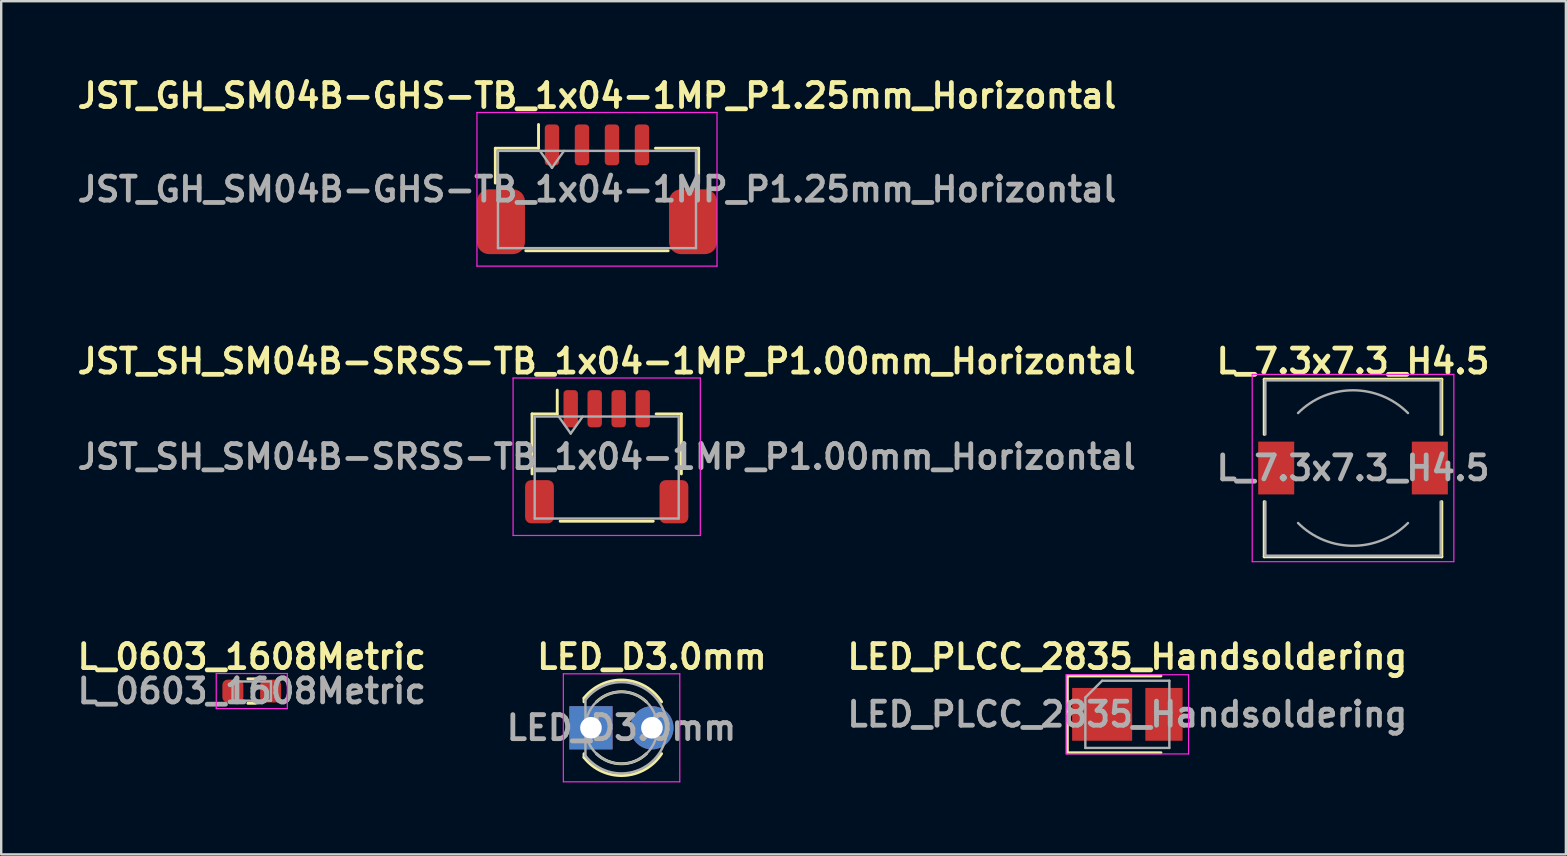
<source format=kicad_pcb>
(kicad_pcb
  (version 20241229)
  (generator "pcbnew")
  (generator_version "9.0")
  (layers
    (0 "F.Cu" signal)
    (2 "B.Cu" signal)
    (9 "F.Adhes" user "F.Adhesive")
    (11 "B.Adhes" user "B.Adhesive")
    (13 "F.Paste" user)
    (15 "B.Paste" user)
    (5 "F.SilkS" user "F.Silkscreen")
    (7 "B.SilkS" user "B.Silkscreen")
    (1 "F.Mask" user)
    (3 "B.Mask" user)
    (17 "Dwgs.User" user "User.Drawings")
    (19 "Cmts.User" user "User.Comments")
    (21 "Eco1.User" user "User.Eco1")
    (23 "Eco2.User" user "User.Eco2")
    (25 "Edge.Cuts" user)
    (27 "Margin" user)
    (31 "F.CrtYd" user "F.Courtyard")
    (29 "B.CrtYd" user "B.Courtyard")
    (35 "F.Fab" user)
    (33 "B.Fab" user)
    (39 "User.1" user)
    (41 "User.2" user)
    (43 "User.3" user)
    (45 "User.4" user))
  (footprint "L_0603_1608Metric"
    (layer "F.Cu")
    (at 7.438 25.738)
    (property "Reference" "L_0603_1608Metric" (at 0 -1.43 0) (layer "F.SilkS") (effects (font (size 1 1) (thickness 0.2))))
    (attr smd)
    (fp_line (start -0.163 -0.51) (end 0.163 -0.51) (stroke (width 0.12) (type solid)) (layer "F.SilkS"))
    (fp_line (start -0.163 0.51) (end 0.163 0.51) (stroke (width 0.12) (type solid)) (layer "F.SilkS"))
    (fp_line (start -1.48 -0.73) (end 1.48 -0.73) (stroke (width 0.05) (type solid)) (layer "F.CrtYd"))
    (fp_line (start -1.48 0.73) (end -1.48 -0.73) (stroke (width 0.05) (type solid)) (layer "F.CrtYd"))
    (fp_line (start 1.48 -0.73) (end 1.48 0.73) (stroke (width 0.05) (type solid)) (layer "F.CrtYd"))
    (fp_line (start 1.48 0.73) (end -1.48 0.73) (stroke (width 0.05) (type solid)) (layer "F.CrtYd"))
    (fp_line (start -0.8 -0.4) (end 0.8 -0.4) (stroke (width 0.1) (type solid)) (layer "F.Fab"))
    (fp_line (start -0.8 0.4) (end -0.8 -0.4) (stroke (width 0.1) (type solid)) (layer "F.Fab"))
    (fp_line (start 0.8 -0.4) (end 0.8 0.4) (stroke (width 0.1) (type solid)) (layer "F.Fab"))
    (fp_line (start 0.8 0.4) (end -0.8 0.4) (stroke (width 0.1) (type solid)) (layer "F.Fab"))
    (fp_text user "${REFERENCE}" (at 0 0 0) (layer "F.Fab") (effects (font (size 1 1) (thickness 0.2))))
    (pad "1" smd roundrect (at -0.787 0) (size 0.875 0.95) (layers "F.Cu" "F.Mask" "F.Paste") (roundrect_rratio 0.25))
    (pad "2" smd roundrect (at 0.787 0) (size 0.875 0.95) (layers "F.Cu" "F.Mask" "F.Paste") (roundrect_rratio 0.25)))
  (footprint "JST_GH_SM04B-GHS-TB_1x04-1MP_P1.25mm_Horizontal"
    (layer "F.Cu")
    (at 21.819 4.836)
    (property "Reference" "JST_GH_SM04B-GHS-TB_1x04-1MP_P1.25mm_Horizontal" (at 0 -3.9 0) (layer "F.SilkS") (effects (font (size 1 1) (thickness 0.2))))
    (attr smd)
    (fp_line (start -4.235 -1.71) (end -2.435 -1.71) (stroke (width 0.12) (type solid)) (layer "F.SilkS"))
    (fp_line (start -4.235 -0.26) (end -4.235 -1.71) (stroke (width 0.12) (type solid)) (layer "F.SilkS"))
    (fp_line (start -2.965 2.56) (end 2.965 2.56) (stroke (width 0.12) (type solid)) (layer "F.SilkS"))
    (fp_line (start -2.435 -1.71) (end -2.435 -2.7) (stroke (width 0.12) (type solid)) (layer "F.SilkS"))
    (fp_line (start 4.235 -1.71) (end 2.435 -1.71) (stroke (width 0.12) (type solid)) (layer "F.SilkS"))
    (fp_line (start 4.235 -0.26) (end 4.235 -1.71) (stroke (width 0.12) (type solid)) (layer "F.SilkS"))
    (fp_line (start -5 -3.2) (end -5 3.2) (stroke (width 0.05) (type solid)) (layer "F.CrtYd"))
    (fp_line (start -5 3.2) (end 5 3.2) (stroke (width 0.05) (type solid)) (layer "F.CrtYd"))
    (fp_line (start 5 -3.2) (end -5 -3.2) (stroke (width 0.05) (type solid)) (layer "F.CrtYd"))
    (fp_line (start 5 3.2) (end 5 -3.2) (stroke (width 0.05) (type solid)) (layer "F.CrtYd"))
    (fp_line (start -4.125 -1.6) (end -4.125 2.45) (stroke (width 0.1) (type solid)) (layer "F.Fab"))
    (fp_line (start -4.125 -1.6) (end 4.125 -1.6) (stroke (width 0.1) (type solid)) (layer "F.Fab"))
    (fp_line (start -4.125 2.45) (end 4.125 2.45) (stroke (width 0.1) (type solid)) (layer "F.Fab"))
    (fp_line (start -2.375 -1.6) (end -1.875 -0.893) (stroke (width 0.1) (type solid)) (layer "F.Fab"))
    (fp_line (start -1.875 -0.893) (end -1.375 -1.6) (stroke (width 0.1) (type solid)) (layer "F.Fab"))
    (fp_line (start 4.125 -1.6) (end 4.125 2.45) (stroke (width 0.1) (type solid)) (layer "F.Fab"))
    (fp_text user "${REFERENCE}" (at 0 0 0) (layer "F.Fab") (effects (font (size 1 1) (thickness 0.2))))
    (pad "0" smd roundrect (at -4 1.35) (size 2 2.7) (layers "F.Cu" "F.Mask" "F.Paste") (roundrect_rratio 0.25))
    (pad "0" smd roundrect (at 4 1.35) (size 2 2.7) (layers "F.Cu" "F.Mask" "F.Paste") (roundrect_rratio 0.25))
    (pad "1" smd roundrect (at -1.875 -1.85) (size 0.6 1.7) (layers "F.Cu" "F.Mask" "F.Paste") (roundrect_rratio 0.25))
    (pad "2" smd roundrect (at -0.625 -1.85) (size 0.6 1.7) (layers "F.Cu" "F.Mask" "F.Paste") (roundrect_rratio 0.25))
    (pad "3" smd roundrect (at 0.625 -1.85) (size 0.6 1.7) (layers "F.Cu" "F.Mask" "F.Paste") (roundrect_rratio 0.25))
    (pad "4" smd roundrect (at 1.875 -1.85) (size 0.6 1.7) (layers "F.Cu" "F.Mask" "F.Paste") (roundrect_rratio 0.25)))
  (footprint "L_7.3x7.3_H4.5"
    (layer "F.Cu")
    (at 53.314 16.447)
    (property "Reference" "L_7.3x7.3_H4.5" (at 0 -4.45 0) (layer "F.SilkS") (effects (font (size 1 1) (thickness 0.2))))
    (attr smd)
    (fp_line (start -3.7 -3.7) (end 3.7 -3.7) (stroke (width 0.12) (type solid)) (layer "F.SilkS"))
    (fp_line (start -3.7 -1.4) (end -3.7 -3.7) (stroke (width 0.12) (type solid)) (layer "F.SilkS"))
    (fp_line (start -3.7 3.7) (end -3.7 1.4) (stroke (width 0.12) (type solid)) (layer "F.SilkS"))
    (fp_line (start 3.7 -3.7) (end 3.7 -1.4) (stroke (width 0.12) (type solid)) (layer "F.SilkS"))
    (fp_line (start 3.7 1.4) (end 3.7 3.7) (stroke (width 0.12) (type solid)) (layer "F.SilkS"))
    (fp_line (start 3.7 3.7) (end -3.7 3.7) (stroke (width 0.12) (type solid)) (layer "F.SilkS"))
    (fp_line (start -4.2 -3.9) (end -4.2 3.9) (stroke (width 0.05) (type solid)) (layer "F.CrtYd"))
    (fp_line (start -4.2 3.9) (end 4.2 3.9) (stroke (width 0.05) (type solid)) (layer "F.CrtYd"))
    (fp_line (start 4.2 -3.9) (end -4.2 -3.9) (stroke (width 0.05) (type solid)) (layer "F.CrtYd"))
    (fp_line (start 4.2 3.9) (end 4.2 -3.9) (stroke (width 0.05) (type solid)) (layer "F.CrtYd"))
    (fp_line (start -3.65 -3.65) (end -3.65 -1.4) (stroke (width 0.1) (type solid)) (layer "F.Fab"))
    (fp_line (start -3.65 -3.65) (end 3.65 -3.65) (stroke (width 0.1) (type solid)) (layer "F.Fab"))
    (fp_line (start -3.65 3.65) (end -3.65 1.4) (stroke (width 0.1) (type solid)) (layer "F.Fab"))
    (fp_line (start 3.65 -3.65) (end 3.65 -1.4) (stroke (width 0.1) (type solid)) (layer "F.Fab"))
    (fp_line (start 3.65 3.65) (end -3.65 3.65) (stroke (width 0.1) (type solid)) (layer "F.Fab"))
    (fp_line (start 3.65 3.65) (end 3.65 1.4) (stroke (width 0.1) (type solid)) (layer "F.Fab"))
    (fp_arc (start -2.29 -2.29) (mid 0 -3.238549) (end 2.29 -2.29) (stroke (width 0.1) (type solid)) (layer "F.Fab"))
    (fp_arc (start 2.29 2.29) (mid 0 3.238549) (end -2.29 2.29) (stroke (width 0.1) (type solid)) (layer "F.Fab"))
    (fp_text user "${REFERENCE}" (at 0 0 0) (layer "F.Fab") (effects (font (size 1 1) (thickness 0.2))))
    (pad "1" smd rect (at -3.2 0) (size 1.5 2.2) (layers "F.Cu" "F.Mask" "F.Paste"))
    (pad "2" smd rect (at 3.2 0) (size 1.5 2.2) (layers "F.Cu" "F.Mask" "F.Paste")))
  (footprint "JST_SH_SM04B-SRSS-TB_1x04-1MP_P1.00mm_Horizontal"
    (layer "F.Cu")
    (at 22.224 15.977)
    (property "Reference" "JST_SH_SM04B-SRSS-TB_1x04-1MP_P1.00mm_Horizontal" (at 0 -3.98 0) (layer "F.SilkS") (effects (font (size 1 1) (thickness 0.2))))
    (attr smd)
    (fp_line (start -3.11 -1.785) (end -2.06 -1.785) (stroke (width 0.12) (type solid)) (layer "F.SilkS"))
    (fp_line (start -3.11 0.715) (end -3.11 -1.785) (stroke (width 0.12) (type solid)) (layer "F.SilkS"))
    (fp_line (start -2.06 -1.785) (end -2.06 -2.775) (stroke (width 0.12) (type solid)) (layer "F.SilkS"))
    (fp_line (start -1.94 2.685) (end 1.94 2.685) (stroke (width 0.12) (type solid)) (layer "F.SilkS"))
    (fp_line (start 3.11 -1.785) (end 2.06 -1.785) (stroke (width 0.12) (type solid)) (layer "F.SilkS"))
    (fp_line (start 3.11 0.715) (end 3.11 -1.785) (stroke (width 0.12) (type solid)) (layer "F.SilkS"))
    (fp_line (start -3.9 -3.28) (end -3.9 3.28) (stroke (width 0.05) (type solid)) (layer "F.CrtYd"))
    (fp_line (start -3.9 3.28) (end 3.9 3.28) (stroke (width 0.05) (type solid)) (layer "F.CrtYd"))
    (fp_line (start 3.9 -3.28) (end -3.9 -3.28) (stroke (width 0.05) (type solid)) (layer "F.CrtYd"))
    (fp_line (start 3.9 3.28) (end 3.9 -3.28) (stroke (width 0.05) (type solid)) (layer "F.CrtYd"))
    (fp_line (start -3 -1.675) (end -3 2.575) (stroke (width 0.1) (type solid)) (layer "F.Fab"))
    (fp_line (start -3 -1.675) (end 3 -1.675) (stroke (width 0.1) (type solid)) (layer "F.Fab"))
    (fp_line (start -3 2.575) (end 3 2.575) (stroke (width 0.1) (type solid)) (layer "F.Fab"))
    (fp_line (start -2 -1.675) (end -1.5 -0.968) (stroke (width 0.1) (type solid)) (layer "F.Fab"))
    (fp_line (start -1.5 -0.968) (end -1 -1.675) (stroke (width 0.1) (type solid)) (layer "F.Fab"))
    (fp_line (start 3 -1.675) (end 3 2.575) (stroke (width 0.1) (type solid)) (layer "F.Fab"))
    (fp_text user "${REFERENCE}" (at 0 0 0) (layer "F.Fab") (effects (font (size 1 1) (thickness 0.2))))
    (pad "0" smd roundrect (at -2.8 1.875) (size 1.2 1.8) (layers "F.Cu" "F.Mask" "F.Paste") (roundrect_rratio 0.208))
    (pad "0" smd roundrect (at 2.8 1.875) (size 1.2 1.8) (layers "F.Cu" "F.Mask" "F.Paste") (roundrect_rratio 0.208))
    (pad "1" smd roundrect (at -1.5 -2) (size 0.6 1.55) (layers "F.Cu" "F.Mask" "F.Paste") (roundrect_rratio 0.25))
    (pad "2" smd roundrect (at -0.5 -2) (size 0.6 1.55) (layers "F.Cu" "F.Mask" "F.Paste") (roundrect_rratio 0.25))
    (pad "3" smd roundrect (at 0.5 -2) (size 0.6 1.55) (layers "F.Cu" "F.Mask" "F.Paste") (roundrect_rratio 0.25))
    (pad "4" smd roundrect (at 1.5 -2) (size 0.6 1.55) (layers "F.Cu" "F.Mask" "F.Paste") (roundrect_rratio 0.25)))
  (footprint "LED_PLCC_2835_Handsoldering"
    (layer "F.Cu")
    (at 43.913 26.708)
    (property "Reference" "LED_PLCC_2835_Handsoldering" (at 0 -2.4 0) (layer "F.SilkS") (effects (font (size 1 1) (thickness 0.2))))
    (attr smd)
    (fp_line (start -2.5 -1.6) (end -2.5 1.6) (stroke (width 0.12) (type solid)) (layer "F.SilkS"))
    (fp_line (start 1.4 -1.6) (end -2.5 -1.6) (stroke (width 0.12) (type solid)) (layer "F.SilkS"))
    (fp_line (start 1.4 1.6) (end -2.5 1.6) (stroke (width 0.12) (type solid)) (layer "F.SilkS"))
    (fp_line (start -2.55 -1.65) (end 2.55 -1.65) (stroke (width 0.05) (type solid)) (layer "F.CrtYd"))
    (fp_line (start -2.55 1.65) (end -2.55 -1.65) (stroke (width 0.05) (type solid)) (layer "F.CrtYd"))
    (fp_line (start 2.55 -1.65) (end 2.55 1.65) (stroke (width 0.05) (type solid)) (layer "F.CrtYd"))
    (fp_line (start 2.55 1.65) (end -2.55 1.65) (stroke (width 0.05) (type solid)) (layer "F.CrtYd"))
    (fp_line (start -1.75 1.4) (end -1.75 -0.7) (stroke (width 0.1) (type solid)) (layer "F.Fab"))
    (fp_line (start -1.05 -1.4) (end -1.75 -0.7) (stroke (width 0.1) (type solid)) (layer "F.Fab"))
    (fp_line (start -1.05 -1.4) (end 1.75 -1.4) (stroke (width 0.1) (type solid)) (layer "F.Fab"))
    (fp_line (start 1.75 -1.4) (end 1.75 1.4) (stroke (width 0.1) (type solid)) (layer "F.Fab"))
    (fp_line (start 1.75 1.4) (end -1.75 1.4) (stroke (width 0.1) (type solid)) (layer "F.Fab"))
    (fp_text user "${REFERENCE}" (at 0 0 0) (layer "F.Fab") (effects (font (size 1 1) (thickness 0.2))))
    (pad "1" smd rect (at -1.05 0) (size 2.5 2.2) (layers "F.Cu" "F.Mask" "F.Paste"))
    (pad "2" smd rect (at 1.525 0) (size 1.55 2.2) (layers "F.Cu" "F.Mask" "F.Paste")))
  (footprint "LED_D3.0mm"
    (layer "F.Cu")
    (at 22.838 27.268)
    (property "Reference" "LED_D3.0mm" (at 1.27 -2.96 0) (layer "F.SilkS") (effects (font (size 1 1) (thickness 0.2))))
    (attr through_hole)
    (fp_line (start -1.56 -1.236) (end -1.56 -1.08) (stroke (width 0.12) (type solid)) (layer "F.SilkS"))
    (fp_line (start -1.56 1.08) (end -1.56 1.236) (stroke (width 0.12) (type solid)) (layer "F.SilkS"))
    (fp_arc (start -1.56 -1.235516) (mid 0.096487 -1.987659) (end 1.672335 -1.078608) (stroke (width 0.12) (type solid)) (layer "F.SilkS"))
    (fp_arc (start -1.040961 -1.08) (mid 0.000117 -1.5) (end 1.04113 -1.079837) (stroke (width 0.12) (type solid)) (layer "F.SilkS"))
    (fp_arc (start 1.04113 1.079837) (mid 0.000117 1.5) (end -1.040961 1.08) (stroke (width 0.12) (type solid)) (layer "F.SilkS"))
    (fp_arc (start 1.672335 1.078608) (mid 0.096487 1.987659) (end -1.56 1.235516) (stroke (width 0.12) (type solid)) (layer "F.SilkS"))
    (fp_line (start -2.42 -2.25) (end -2.42 2.25) (stroke (width 0.05) (type solid)) (layer "F.CrtYd"))
    (fp_line (start -2.42 2.25) (end 2.43 2.25) (stroke (width 0.05) (type solid)) (layer "F.CrtYd"))
    (fp_line (start 2.43 -2.25) (end -2.42 -2.25) (stroke (width 0.05) (type solid)) (layer "F.CrtYd"))
    (fp_line (start 2.43 2.25) (end 2.43 -2.25) (stroke (width 0.05) (type solid)) (layer "F.CrtYd"))
    (fp_line (start -1.5 -1.166) (end -1.5 1.166) (stroke (width 0.1) (type solid)) (layer "F.Fab"))
    (fp_arc (start -1.5 -1.16619) (mid 1.9 0.000452) (end -1.500555 1.165476) (stroke (width 0.1) (type solid)) (layer "F.Fab"))
    (fp_circle (center 0 0) (end 1.5 0) (stroke (width 0.1) (type solid)) (fill no) (layer "F.Fab"))
    (fp_text user "${REFERENCE}" (at 0 0 0) (layer "F.Fab") (effects (font (size 1 1) (thickness 0.2))))
    (pad "1" thru_hole rect (at -1.27 0) (size 1.8 1.8) (drill 0.9) (layers "*.Cu" "*.Mask"))
    (pad "2" thru_hole circle (at 1.27 0) (size 1.8 1.8) (drill 0.9) (layers "*.Cu" "*.Mask")))
  (gr_rect
    (start -3 -3)
    (end 62.181 32.543)
    (stroke (width 0.1) (type default))
    (fill no)
    (layer "Edge.Cuts")))
</source>
